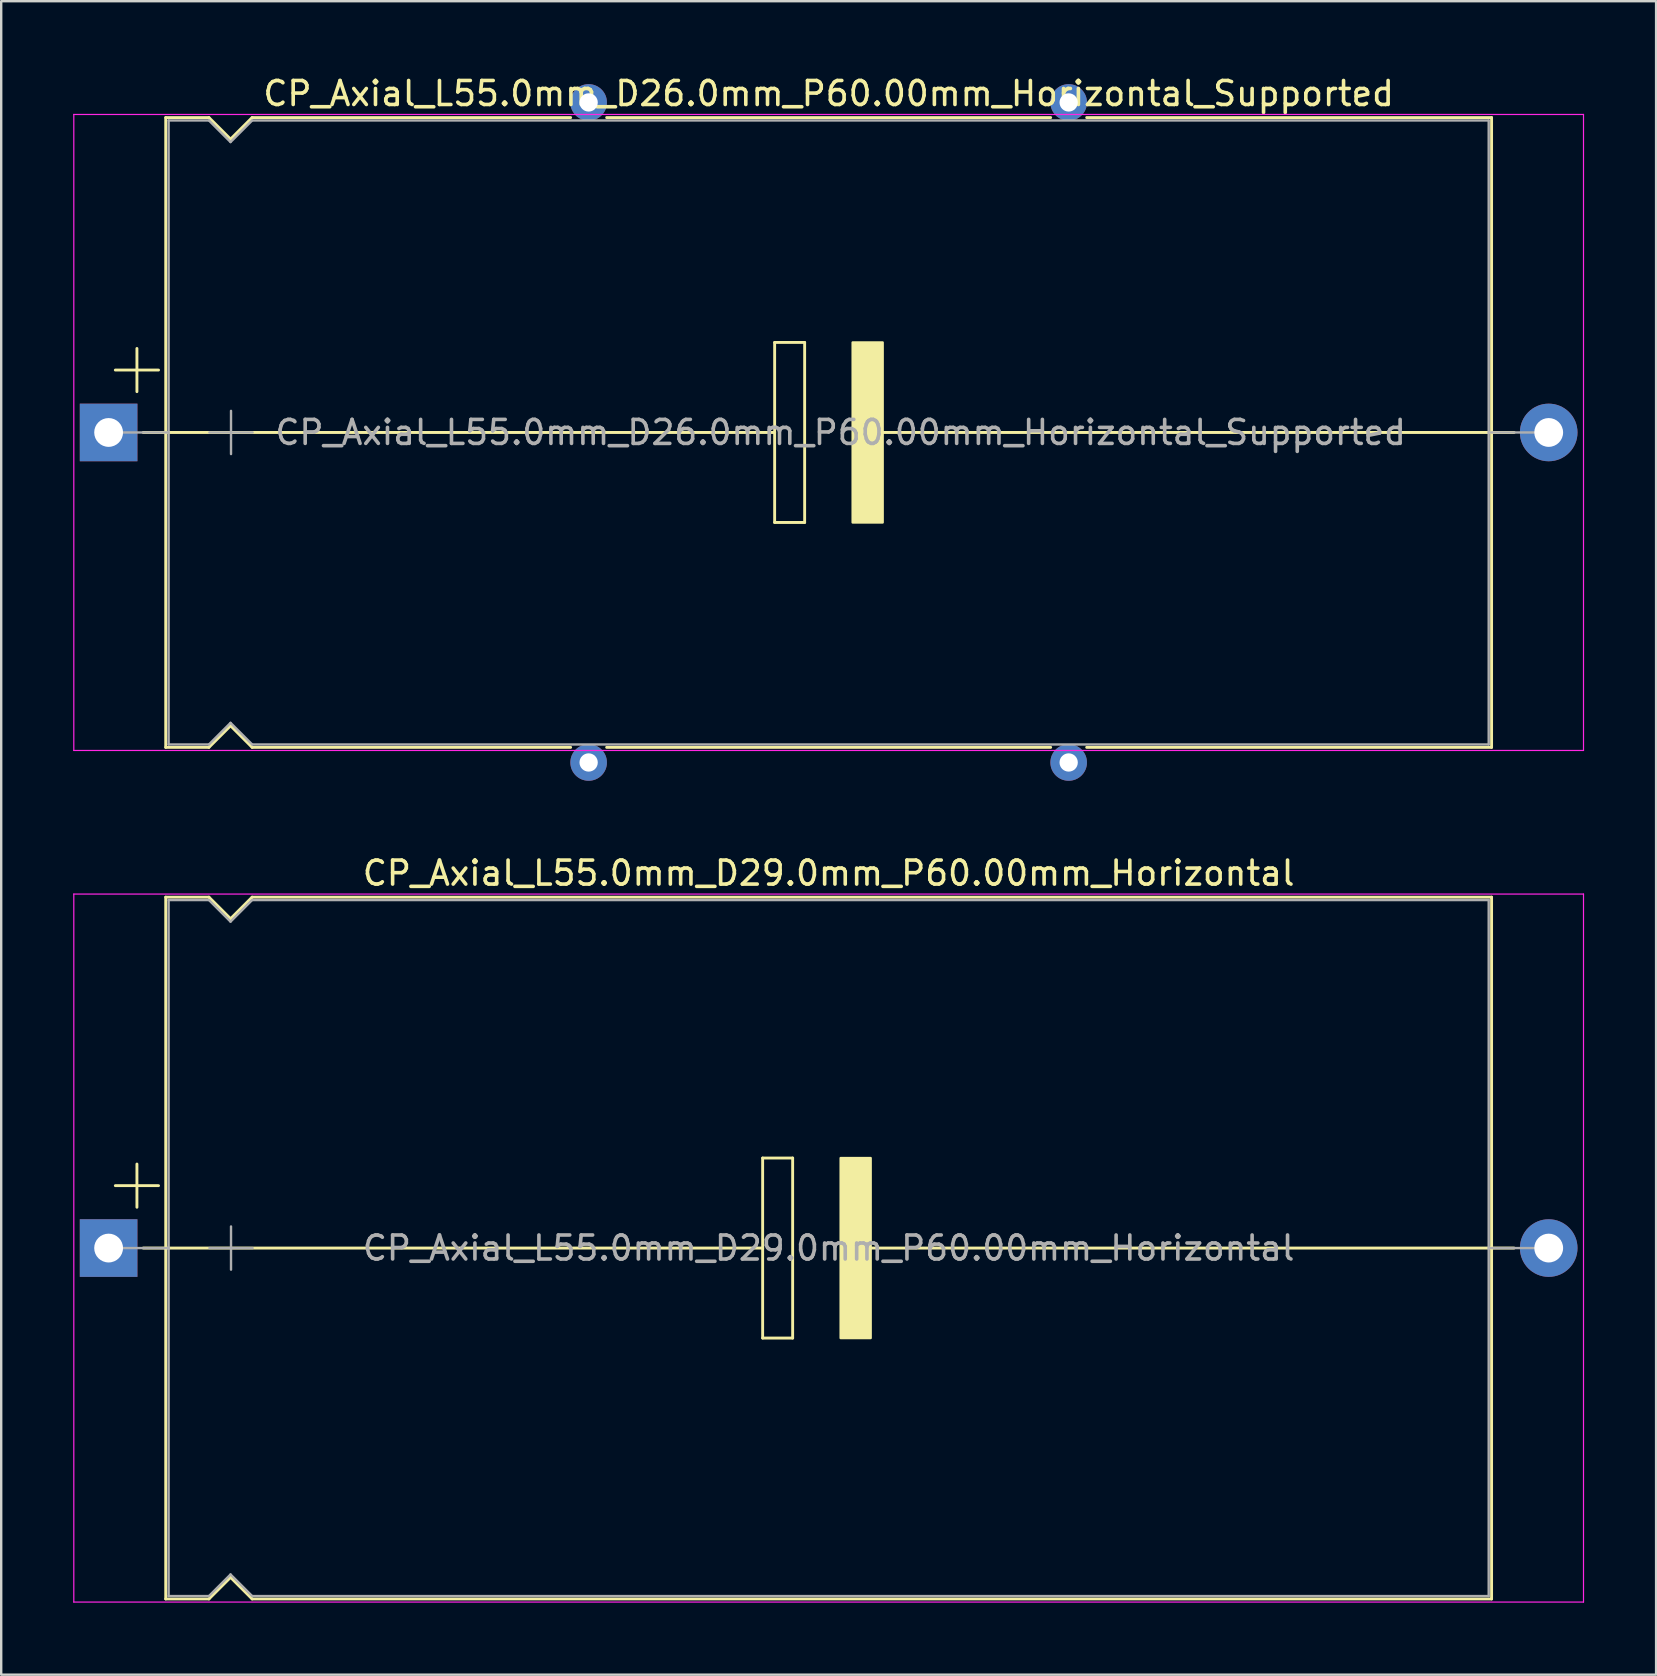
<source format=kicad_pcb>
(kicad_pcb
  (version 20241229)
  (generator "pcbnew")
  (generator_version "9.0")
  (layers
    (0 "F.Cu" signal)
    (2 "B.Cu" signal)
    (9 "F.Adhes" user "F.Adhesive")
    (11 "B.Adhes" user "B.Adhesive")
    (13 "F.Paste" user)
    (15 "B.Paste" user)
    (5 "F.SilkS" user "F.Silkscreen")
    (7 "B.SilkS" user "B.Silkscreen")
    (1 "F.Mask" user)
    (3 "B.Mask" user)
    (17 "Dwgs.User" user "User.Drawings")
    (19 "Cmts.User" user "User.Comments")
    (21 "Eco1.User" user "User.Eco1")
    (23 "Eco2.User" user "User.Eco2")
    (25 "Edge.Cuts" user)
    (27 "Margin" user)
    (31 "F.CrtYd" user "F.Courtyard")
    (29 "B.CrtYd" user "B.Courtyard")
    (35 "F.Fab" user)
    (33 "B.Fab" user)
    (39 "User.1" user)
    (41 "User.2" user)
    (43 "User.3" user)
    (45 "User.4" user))
  (footprint "CP_Axial_L55.0mm_D29.0mm_P60.00mm_Horizontal"
    (layer "F.Cu")
    (at 1.475 48.949)
    (property "Reference" "CP_Axial_L55.0mm_D29.0mm_P60.00mm_Horizontal" (at 30 -15.62 0) (layer "F.SilkS") (effects (font (size 1 1) (thickness 0.15))))
    (attr through_hole)
    (fp_line (start 0.28 -2.6) (end 2.08 -2.6) (stroke (width 0.12) (type solid)) (layer "F.SilkS"))
    (fp_line (start 1.18 -3.5) (end 1.18 -1.7) (stroke (width 0.12) (type solid)) (layer "F.SilkS"))
    (fp_line (start 1.44 0) (end 2.38 0) (stroke (width 0.12) (type solid)) (layer "F.SilkS"))
    (fp_line (start 2.38 -14.62) (end 2.38 14.62) (stroke (width 0.12) (type solid)) (layer "F.SilkS"))
    (fp_line (start 2.38 -14.62) (end 4.18 -14.62) (stroke (width 0.12) (type solid)) (layer "F.SilkS"))
    (fp_line (start 2.38 0) (end 27.25 0) (stroke (width 0.12) (type solid)) (layer "F.SilkS"))
    (fp_line (start 2.38 14.62) (end 4.18 14.62) (stroke (width 0.12) (type solid)) (layer "F.SilkS"))
    (fp_line (start 4.18 -14.62) (end 5.08 -13.72) (stroke (width 0.12) (type solid)) (layer "F.SilkS"))
    (fp_line (start 4.18 14.62) (end 5.08 13.72) (stroke (width 0.12) (type solid)) (layer "F.SilkS"))
    (fp_line (start 5.08 -13.72) (end 5.98 -14.62) (stroke (width 0.12) (type solid)) (layer "F.SilkS"))
    (fp_line (start 5.08 13.72) (end 5.98 14.62) (stroke (width 0.12) (type solid)) (layer "F.SilkS"))
    (fp_line (start 5.98 -14.62) (end 57.62 -14.62) (stroke (width 0.12) (type solid)) (layer "F.SilkS"))
    (fp_line (start 5.98 14.62) (end 57.62 14.62) (stroke (width 0.12) (type solid)) (layer "F.SilkS"))
    (fp_line (start 27.25 -3.75) (end 28.5 -3.75) (stroke (width 0.12) (type solid)) (layer "F.SilkS"))
    (fp_line (start 27.25 0) (end 27.25 -3.75) (stroke (width 0.12) (type solid)) (layer "F.SilkS"))
    (fp_line (start 27.25 3.75) (end 27.25 0) (stroke (width 0.12) (type solid)) (layer "F.SilkS"))
    (fp_line (start 28.5 -3.75) (end 28.5 3.75) (stroke (width 0.12) (type solid)) (layer "F.SilkS"))
    (fp_line (start 28.5 3.75) (end 27.25 3.75) (stroke (width 0.12) (type solid)) (layer "F.SilkS"))
    (fp_line (start 31.75 0) (end 57.62 0) (stroke (width 0.12) (type solid)) (layer "F.SilkS"))
    (fp_line (start 57.62 -14.62) (end 57.62 14.62) (stroke (width 0.12) (type solid)) (layer "F.SilkS"))
    (fp_line (start 58.56 0) (end 57.62 0) (stroke (width 0.12) (type solid)) (layer "F.SilkS"))
    (fp_poly (pts (xy 31.75 3.75) (xy 30.5 3.75) (xy 30.5 -3.75) (xy 31.75 -3.75)) (stroke (width 0.1) (type solid)) (fill yes) (layer "F.SilkS"))
    (fp_line (start -1.45 -14.75) (end -1.45 14.75) (stroke (width 0.05) (type solid)) (layer "F.CrtYd"))
    (fp_line (start -1.45 14.75) (end 61.45 14.75) (stroke (width 0.05) (type solid)) (layer "F.CrtYd"))
    (fp_line (start 61.45 -14.75) (end -1.45 -14.75) (stroke (width 0.05) (type solid)) (layer "F.CrtYd"))
    (fp_line (start 61.45 14.75) (end 61.45 -14.75) (stroke (width 0.05) (type solid)) (layer "F.CrtYd"))
    (fp_line (start 0 0) (end 2.5 0) (stroke (width 0.1) (type solid)) (layer "F.Fab"))
    (fp_line (start 2.5 -14.5) (end 2.5 14.5) (stroke (width 0.1) (type solid)) (layer "F.Fab"))
    (fp_line (start 2.5 -14.5) (end 4.18 -14.5) (stroke (width 0.1) (type solid)) (layer "F.Fab"))
    (fp_line (start 2.5 14.5) (end 4.18 14.5) (stroke (width 0.1) (type solid)) (layer "F.Fab"))
    (fp_line (start 4.18 -14.5) (end 5.08 -13.6) (stroke (width 0.1) (type solid)) (layer "F.Fab"))
    (fp_line (start 4.18 14.5) (end 5.08 13.6) (stroke (width 0.1) (type solid)) (layer "F.Fab"))
    (fp_line (start 4.2 0) (end 6 0) (stroke (width 0.1) (type solid)) (layer "F.Fab"))
    (fp_line (start 5.08 -13.6) (end 5.98 -14.5) (stroke (width 0.1) (type solid)) (layer "F.Fab"))
    (fp_line (start 5.08 13.6) (end 5.98 14.5) (stroke (width 0.1) (type solid)) (layer "F.Fab"))
    (fp_line (start 5.1 -0.9) (end 5.1 0.9) (stroke (width 0.1) (type solid)) (layer "F.Fab"))
    (fp_line (start 5.98 -14.5) (end 57.5 -14.5) (stroke (width 0.1) (type solid)) (layer "F.Fab"))
    (fp_line (start 5.98 14.5) (end 57.5 14.5) (stroke (width 0.1) (type solid)) (layer "F.Fab"))
    (fp_line (start 57.5 -14.5) (end 57.5 14.5) (stroke (width 0.1) (type solid)) (layer "F.Fab"))
    (fp_line (start 60 0) (end 57.5 0) (stroke (width 0.1) (type solid)) (layer "F.Fab"))
    (fp_text user "${REFERENCE}" (at 30 0 0) (layer "F.Fab") (effects (font (size 1 1) (thickness 0.15))))
    (pad "1" thru_hole rect (at 0 0) (size 2.4 2.4) (drill 1.2) (layers "*.Cu" "*.Mask"))
    (pad "2" thru_hole oval (at 60 0) (size 2.4 2.4) (drill 1.2) (layers "*.Cu" "*.Mask")))
  (footprint "CP_Axial_L55.0mm_D26.0mm_P60.00mm_Horizontal_Supported"
    (layer "F.Cu")
    (at 1.475 14.968)
    (property "Reference" "CP_Axial_L55.0mm_D26.0mm_P60.00mm_Horizontal_Supported" (at 30 -14.12 0) (layer "F.SilkS") (effects (font (size 1 1) (thickness 0.15))))
    (attr through_hole)
    (fp_line (start 0.28 -2.6) (end 2.08 -2.6) (stroke (width 0.12) (type solid)) (layer "F.SilkS"))
    (fp_line (start 1.18 -3.5) (end 1.18 -1.7) (stroke (width 0.12) (type solid)) (layer "F.SilkS"))
    (fp_line (start 1.44 0) (end 2.38 0) (stroke (width 0.12) (type solid)) (layer "F.SilkS"))
    (fp_line (start 2.38 -13.12) (end 2.38 13.12) (stroke (width 0.12) (type solid)) (layer "F.SilkS"))
    (fp_line (start 2.38 -13.12) (end 4.18 -13.12) (stroke (width 0.12) (type solid)) (layer "F.SilkS"))
    (fp_line (start 2.38 0) (end 27.75 0) (stroke (width 0.12) (type solid)) (layer "F.SilkS"))
    (fp_line (start 2.38 13.12) (end 4.18 13.12) (stroke (width 0.12) (type solid)) (layer "F.SilkS"))
    (fp_line (start 4.18 -13.12) (end 5.08 -12.22) (stroke (width 0.12) (type solid)) (layer "F.SilkS"))
    (fp_line (start 4.18 13.12) (end 5.08 12.22) (stroke (width 0.12) (type solid)) (layer "F.SilkS"))
    (fp_line (start 5.08 -12.22) (end 5.98 -13.12) (stroke (width 0.12) (type solid)) (layer "F.SilkS"))
    (fp_line (start 5.08 12.22) (end 5.98 13.12) (stroke (width 0.12) (type solid)) (layer "F.SilkS"))
    (fp_line (start 5.98 -13.12) (end 19.25 -13.12) (stroke (width 0.12) (type solid)) (layer "F.SilkS"))
    (fp_line (start 5.98 13.12) (end 19.25 13.12) (stroke (width 0.12) (type solid)) (layer "F.SilkS"))
    (fp_line (start 20.75 -13.12) (end 39.25 -13.12) (stroke (width 0.12) (type solid)) (layer "F.SilkS"))
    (fp_line (start 20.75 13.12) (end 39.25 13.12) (stroke (width 0.12) (type solid)) (layer "F.SilkS"))
    (fp_line (start 27.75 -3.75) (end 29 -3.75) (stroke (width 0.12) (type solid)) (layer "F.SilkS"))
    (fp_line (start 27.75 0) (end 27.75 -3.75) (stroke (width 0.12) (type solid)) (layer "F.SilkS"))
    (fp_line (start 27.75 3.75) (end 27.75 0) (stroke (width 0.12) (type solid)) (layer "F.SilkS"))
    (fp_line (start 29 -3.75) (end 29 3.75) (stroke (width 0.12) (type solid)) (layer "F.SilkS"))
    (fp_line (start 29 3.75) (end 27.75 3.75) (stroke (width 0.12) (type solid)) (layer "F.SilkS"))
    (fp_line (start 31.75 0) (end 57.62 0) (stroke (width 0.12) (type solid)) (layer "F.SilkS"))
    (fp_line (start 40.75 -13.12) (end 57.62 -13.12) (stroke (width 0.12) (type solid)) (layer "F.SilkS"))
    (fp_line (start 40.75 13.12) (end 57.62 13.12) (stroke (width 0.12) (type solid)) (layer "F.SilkS"))
    (fp_line (start 57.62 -13.12) (end 57.62 13.12) (stroke (width 0.12) (type solid)) (layer "F.SilkS"))
    (fp_line (start 58.56 0) (end 57.62 0) (stroke (width 0.12) (type solid)) (layer "F.SilkS"))
    (fp_poly (pts (xy 32.25 3.75) (xy 31 3.75) (xy 31 -3.75) (xy 32.25 -3.75)) (stroke (width 0.1) (type solid)) (fill yes) (layer "F.SilkS"))
    (fp_line (start -1.45 -13.25) (end -1.45 13.25) (stroke (width 0.05) (type solid)) (layer "F.CrtYd"))
    (fp_line (start -1.45 13.25) (end 61.45 13.25) (stroke (width 0.05) (type solid)) (layer "F.CrtYd"))
    (fp_line (start 61.45 -13.25) (end -1.45 -13.25) (stroke (width 0.05) (type solid)) (layer "F.CrtYd"))
    (fp_line (start 61.45 13.25) (end 61.45 -13.25) (stroke (width 0.05) (type solid)) (layer "F.CrtYd"))
    (fp_line (start 0 0) (end 2.5 0) (stroke (width 0.1) (type solid)) (layer "F.Fab"))
    (fp_line (start 2.5 -13) (end 2.5 13) (stroke (width 0.1) (type solid)) (layer "F.Fab"))
    (fp_line (start 2.5 -13) (end 4.18 -13) (stroke (width 0.1) (type solid)) (layer "F.Fab"))
    (fp_line (start 2.5 13) (end 4.18 13) (stroke (width 0.1) (type solid)) (layer "F.Fab"))
    (fp_line (start 4.18 -13) (end 5.08 -12.1) (stroke (width 0.1) (type solid)) (layer "F.Fab"))
    (fp_line (start 4.18 13) (end 5.08 12.1) (stroke (width 0.1) (type solid)) (layer "F.Fab"))
    (fp_line (start 4.2 0) (end 6 0) (stroke (width 0.1) (type solid)) (layer "F.Fab"))
    (fp_line (start 5.08 -12.1) (end 5.98 -13) (stroke (width 0.1) (type solid)) (layer "F.Fab"))
    (fp_line (start 5.08 12.1) (end 5.98 13) (stroke (width 0.1) (type solid)) (layer "F.Fab"))
    (fp_line (start 5.1 -0.9) (end 5.1 0.9) (stroke (width 0.1) (type solid)) (layer "F.Fab"))
    (fp_line (start 5.98 -13) (end 57.5 -13) (stroke (width 0.1) (type solid)) (layer "F.Fab"))
    (fp_line (start 5.98 13) (end 57.5 13) (stroke (width 0.1) (type solid)) (layer "F.Fab"))
    (fp_line (start 57.5 -13) (end 57.5 13) (stroke (width 0.1) (type solid)) (layer "F.Fab"))
    (fp_line (start 60 0) (end 57.5 0) (stroke (width 0.1) (type solid)) (layer "F.Fab"))
    (fp_text user "${REFERENCE}" (at 30.5 0 0) (layer "F.Fab") (effects (font (size 1 1) (thickness 0.15))))
    (pad "" thru_hole circle (at 20 -13.75) (size 1.524 1.524) (drill 0.762) (layers "*.Cu" "*.Mask"))
    (pad "" thru_hole circle (at 20 13.75) (size 1.524 1.524) (drill 0.762) (layers "*.Cu" "*.Mask"))
    (pad "" thru_hole circle (at 40 -13.75) (size 1.524 1.524) (drill 0.762) (layers "*.Cu" "*.Mask"))
    (pad "" thru_hole circle (at 40 13.75) (size 1.524 1.524) (drill 0.762) (layers "*.Cu" "*.Mask"))
    (pad "1" thru_hole rect (at 0 0) (size 2.4 2.4) (drill 1.2) (layers "*.Cu" "*.Mask"))
    (pad "2" thru_hole oval (at 60 0) (size 2.4 2.4) (drill 1.2) (layers "*.Cu" "*.Mask")))
  (gr_rect
    (start -3 -3)
    (end 65.95 66.724)
    (stroke (width 0.1) (type default))
    (fill no)
    (layer "Edge.Cuts")))
</source>
